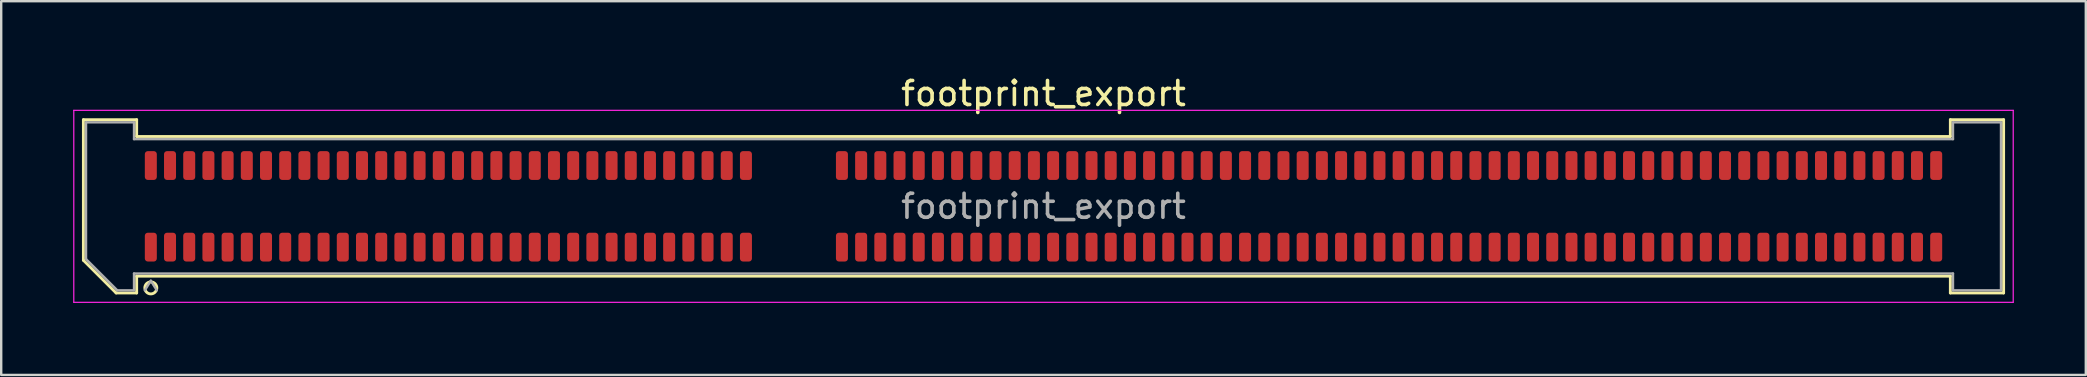
<source format=kicad_pcb>
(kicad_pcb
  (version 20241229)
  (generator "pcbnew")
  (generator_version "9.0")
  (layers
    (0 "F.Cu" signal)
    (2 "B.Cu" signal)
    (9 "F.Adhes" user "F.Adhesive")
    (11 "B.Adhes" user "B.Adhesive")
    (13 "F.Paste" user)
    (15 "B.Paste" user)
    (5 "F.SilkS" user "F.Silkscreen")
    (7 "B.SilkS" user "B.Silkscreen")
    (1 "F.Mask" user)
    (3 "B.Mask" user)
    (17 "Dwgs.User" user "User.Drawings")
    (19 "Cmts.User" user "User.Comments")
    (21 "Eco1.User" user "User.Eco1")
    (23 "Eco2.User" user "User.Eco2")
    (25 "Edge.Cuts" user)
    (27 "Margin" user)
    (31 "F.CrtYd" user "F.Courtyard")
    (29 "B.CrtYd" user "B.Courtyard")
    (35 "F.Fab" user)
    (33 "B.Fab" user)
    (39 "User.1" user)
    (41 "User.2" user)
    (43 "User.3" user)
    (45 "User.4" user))
  (footprint "footprint_export"
    (layer "F.Cu")
    (at 40.435 5.548)
    (property "Reference" "footprint_export" (at 0 -4.7 0) (layer "F.SilkS") (effects (font (size 1 1) (thickness 0.15))))
    (attr smd)
    (fp_line (start -40.01 -3.61) (end -37.79 -3.61) (stroke (width 0.12) (type solid)) (layer "F.SilkS"))
    (fp_line (start -40.01 2.246) (end -40.01 -3.61) (stroke (width 0.12) (type solid)) (layer "F.SilkS"))
    (fp_line (start -38.646 3.61) (end -40.01 2.246) (stroke (width 0.12) (type solid)) (layer "F.SilkS"))
    (fp_line (start -37.79 -3.61) (end -37.79 -2.91) (stroke (width 0.12) (type solid)) (layer "F.SilkS"))
    (fp_line (start -37.79 -2.91) (end 37.79 -2.91) (stroke (width 0.12) (type solid)) (layer "F.SilkS"))
    (fp_line (start -37.79 2.91) (end -37.79 3.61) (stroke (width 0.12) (type solid)) (layer "F.SilkS"))
    (fp_line (start -37.79 3.61) (end -38.646 3.61) (stroke (width 0.12) (type solid)) (layer "F.SilkS"))
    (fp_line (start 37.79 -3.61) (end 40.01 -3.61) (stroke (width 0.12) (type solid)) (layer "F.SilkS"))
    (fp_line (start 37.79 -2.91) (end 37.79 -3.61) (stroke (width 0.12) (type solid)) (layer "F.SilkS"))
    (fp_line (start 37.79 2.91) (end -37.79 2.91) (stroke (width 0.12) (type solid)) (layer "F.SilkS"))
    (fp_line (start 37.79 3.61) (end 37.79 2.91) (stroke (width 0.12) (type solid)) (layer "F.SilkS"))
    (fp_line (start 40.01 -3.61) (end 40.01 3.61) (stroke (width 0.12) (type solid)) (layer "F.SilkS"))
    (fp_line (start 40.01 3.61) (end 37.79 3.61) (stroke (width 0.12) (type solid)) (layer "F.SilkS"))
    (fp_arc (start -36.95 3.4) (mid -37.45 3.4) (end -36.95 3.4) (stroke (width 0.12) (type solid)) (layer "F.SilkS"))
    (fp_line (start -40.41 -4) (end -40.41 4) (stroke (width 0.05) (type solid)) (layer "F.CrtYd"))
    (fp_line (start -40.41 4) (end 40.41 4) (stroke (width 0.05) (type solid)) (layer "F.CrtYd"))
    (fp_line (start 40.41 -4) (end -40.41 -4) (stroke (width 0.05) (type solid)) (layer "F.CrtYd"))
    (fp_line (start 40.41 4) (end 40.41 -4) (stroke (width 0.05) (type solid)) (layer "F.CrtYd"))
    (fp_line (start -39.9 -3.5) (end -37.9 -3.5) (stroke (width 0.1) (type solid)) (layer "F.Fab"))
    (fp_line (start -39.9 2.2) (end -39.9 -3.5) (stroke (width 0.1) (type solid)) (layer "F.Fab"))
    (fp_line (start -38.6 3.5) (end -39.9 2.2) (stroke (width 0.1) (type solid)) (layer "F.Fab"))
    (fp_line (start -37.9 -3.5) (end -37.9 -2.8) (stroke (width 0.1) (type solid)) (layer "F.Fab"))
    (fp_line (start -37.9 -2.8) (end 37.9 -2.8) (stroke (width 0.1) (type solid)) (layer "F.Fab"))
    (fp_line (start -37.9 2.8) (end -37.9 3.5) (stroke (width 0.1) (type solid)) (layer "F.Fab"))
    (fp_line (start -37.9 3.5) (end -38.6 3.5) (stroke (width 0.1) (type solid)) (layer "F.Fab"))
    (fp_line (start -37.2 3.1) (end -37.45 3.5) (stroke (width 0.1) (type solid)) (layer "F.Fab"))
    (fp_line (start -37.2 3.1) (end -36.95 3.5) (stroke (width 0.1) (type solid)) (layer "F.Fab"))
    (fp_line (start 37.9 -3.5) (end 39.9 -3.5) (stroke (width 0.1) (type solid)) (layer "F.Fab"))
    (fp_line (start 37.9 -2.8) (end 37.9 -3.5) (stroke (width 0.1) (type solid)) (layer "F.Fab"))
    (fp_line (start 37.9 2.8) (end -37.9 2.8) (stroke (width 0.1) (type solid)) (layer "F.Fab"))
    (fp_line (start 37.9 3.5) (end 37.9 2.8) (stroke (width 0.1) (type solid)) (layer "F.Fab"))
    (fp_line (start 39.9 -3.5) (end 39.9 3.5) (stroke (width 0.1) (type solid)) (layer "F.Fab"))
    (fp_line (start 39.9 3.5) (end 37.9 3.5) (stroke (width 0.1) (type solid)) (layer "F.Fab"))
    (fp_text user "${REFERENCE}" (at 0 0 0) (layer "F.Fab") (effects (font (size 1 1) (thickness 0.15))))
    (pad "1" smd roundrect (at -37.2 1.7) (size 0.5 1.2) (layers "F.Cu" "F.Mask" "F.Paste") (roundrect_rratio 0.25))
    (pad "2" smd roundrect (at -37.2 -1.7) (size 0.5 1.2) (layers "F.Cu" "F.Mask" "F.Paste") (roundrect_rratio 0.25))
    (pad "3" smd roundrect (at -36.4 1.7) (size 0.5 1.2) (layers "F.Cu" "F.Mask" "F.Paste") (roundrect_rratio 0.25))
    (pad "4" smd roundrect (at -36.4 -1.7) (size 0.5 1.2) (layers "F.Cu" "F.Mask" "F.Paste") (roundrect_rratio 0.25))
    (pad "5" smd roundrect (at -35.6 1.7) (size 0.5 1.2) (layers "F.Cu" "F.Mask" "F.Paste") (roundrect_rratio 0.25))
    (pad "6" smd roundrect (at -35.6 -1.7) (size 0.5 1.2) (layers "F.Cu" "F.Mask" "F.Paste") (roundrect_rratio 0.25))
    (pad "7" smd roundrect (at -34.8 1.7) (size 0.5 1.2) (layers "F.Cu" "F.Mask" "F.Paste") (roundrect_rratio 0.25))
    (pad "8" smd roundrect (at -34.8 -1.7) (size 0.5 1.2) (layers "F.Cu" "F.Mask" "F.Paste") (roundrect_rratio 0.25))
    (pad "9" smd roundrect (at -34 1.7) (size 0.5 1.2) (layers "F.Cu" "F.Mask" "F.Paste") (roundrect_rratio 0.25))
    (pad "10" smd roundrect (at -34 -1.7) (size 0.5 1.2) (layers "F.Cu" "F.Mask" "F.Paste") (roundrect_rratio 0.25))
    (pad "11" smd roundrect (at -33.2 1.7) (size 0.5 1.2) (layers "F.Cu" "F.Mask" "F.Paste") (roundrect_rratio 0.25))
    (pad "12" smd roundrect (at -33.2 -1.7) (size 0.5 1.2) (layers "F.Cu" "F.Mask" "F.Paste") (roundrect_rratio 0.25))
    (pad "13" smd roundrect (at -32.4 1.7) (size 0.5 1.2) (layers "F.Cu" "F.Mask" "F.Paste") (roundrect_rratio 0.25))
    (pad "14" smd roundrect (at -32.4 -1.7) (size 0.5 1.2) (layers "F.Cu" "F.Mask" "F.Paste") (roundrect_rratio 0.25))
    (pad "15" smd roundrect (at -31.6 1.7) (size 0.5 1.2) (layers "F.Cu" "F.Mask" "F.Paste") (roundrect_rratio 0.25))
    (pad "16" smd roundrect (at -31.6 -1.7) (size 0.5 1.2) (layers "F.Cu" "F.Mask" "F.Paste") (roundrect_rratio 0.25))
    (pad "17" smd roundrect (at -30.8 1.7) (size 0.5 1.2) (layers "F.Cu" "F.Mask" "F.Paste") (roundrect_rratio 0.25))
    (pad "18" smd roundrect (at -30.8 -1.7) (size 0.5 1.2) (layers "F.Cu" "F.Mask" "F.Paste") (roundrect_rratio 0.25))
    (pad "19" smd roundrect (at -30 1.7) (size 0.5 1.2) (layers "F.Cu" "F.Mask" "F.Paste") (roundrect_rratio 0.25))
    (pad "20" smd roundrect (at -30 -1.7) (size 0.5 1.2) (layers "F.Cu" "F.Mask" "F.Paste") (roundrect_rratio 0.25))
    (pad "21" smd roundrect (at -29.2 1.7) (size 0.5 1.2) (layers "F.Cu" "F.Mask" "F.Paste") (roundrect_rratio 0.25))
    (pad "22" smd roundrect (at -29.2 -1.7) (size 0.5 1.2) (layers "F.Cu" "F.Mask" "F.Paste") (roundrect_rratio 0.25))
    (pad "23" smd roundrect (at -28.4 1.7) (size 0.5 1.2) (layers "F.Cu" "F.Mask" "F.Paste") (roundrect_rratio 0.25))
    (pad "24" smd roundrect (at -28.4 -1.7) (size 0.5 1.2) (layers "F.Cu" "F.Mask" "F.Paste") (roundrect_rratio 0.25))
    (pad "25" smd roundrect (at -27.6 1.7) (size 0.5 1.2) (layers "F.Cu" "F.Mask" "F.Paste") (roundrect_rratio 0.25))
    (pad "26" smd roundrect (at -27.6 -1.7) (size 0.5 1.2) (layers "F.Cu" "F.Mask" "F.Paste") (roundrect_rratio 0.25))
    (pad "27" smd roundrect (at -26.8 1.7) (size 0.5 1.2) (layers "F.Cu" "F.Mask" "F.Paste") (roundrect_rratio 0.25))
    (pad "28" smd roundrect (at -26.8 -1.7) (size 0.5 1.2) (layers "F.Cu" "F.Mask" "F.Paste") (roundrect_rratio 0.25))
    (pad "29" smd roundrect (at -26 1.7) (size 0.5 1.2) (layers "F.Cu" "F.Mask" "F.Paste") (roundrect_rratio 0.25))
    (pad "30" smd roundrect (at -26 -1.7) (size 0.5 1.2) (layers "F.Cu" "F.Mask" "F.Paste") (roundrect_rratio 0.25))
    (pad "31" smd roundrect (at -25.2 1.7) (size 0.5 1.2) (layers "F.Cu" "F.Mask" "F.Paste") (roundrect_rratio 0.25))
    (pad "32" smd roundrect (at -25.2 -1.7) (size 0.5 1.2) (layers "F.Cu" "F.Mask" "F.Paste") (roundrect_rratio 0.25))
    (pad "33" smd roundrect (at -24.4 1.7) (size 0.5 1.2) (layers "F.Cu" "F.Mask" "F.Paste") (roundrect_rratio 0.25))
    (pad "34" smd roundrect (at -24.4 -1.7) (size 0.5 1.2) (layers "F.Cu" "F.Mask" "F.Paste") (roundrect_rratio 0.25))
    (pad "35" smd roundrect (at -23.6 1.7) (size 0.5 1.2) (layers "F.Cu" "F.Mask" "F.Paste") (roundrect_rratio 0.25))
    (pad "36" smd roundrect (at -23.6 -1.7) (size 0.5 1.2) (layers "F.Cu" "F.Mask" "F.Paste") (roundrect_rratio 0.25))
    (pad "37" smd roundrect (at -22.8 1.7) (size 0.5 1.2) (layers "F.Cu" "F.Mask" "F.Paste") (roundrect_rratio 0.25))
    (pad "38" smd roundrect (at -22.8 -1.7) (size 0.5 1.2) (layers "F.Cu" "F.Mask" "F.Paste") (roundrect_rratio 0.25))
    (pad "39" smd roundrect (at -22 1.7) (size 0.5 1.2) (layers "F.Cu" "F.Mask" "F.Paste") (roundrect_rratio 0.25))
    (pad "40" smd roundrect (at -22 -1.7) (size 0.5 1.2) (layers "F.Cu" "F.Mask" "F.Paste") (roundrect_rratio 0.25))
    (pad "41" smd roundrect (at -21.2 1.7) (size 0.5 1.2) (layers "F.Cu" "F.Mask" "F.Paste") (roundrect_rratio 0.25))
    (pad "42" smd roundrect (at -21.2 -1.7) (size 0.5 1.2) (layers "F.Cu" "F.Mask" "F.Paste") (roundrect_rratio 0.25))
    (pad "43" smd roundrect (at -20.4 1.7) (size 0.5 1.2) (layers "F.Cu" "F.Mask" "F.Paste") (roundrect_rratio 0.25))
    (pad "44" smd roundrect (at -20.4 -1.7) (size 0.5 1.2) (layers "F.Cu" "F.Mask" "F.Paste") (roundrect_rratio 0.25))
    (pad "45" smd roundrect (at -19.6 1.7) (size 0.5 1.2) (layers "F.Cu" "F.Mask" "F.Paste") (roundrect_rratio 0.25))
    (pad "46" smd roundrect (at -19.6 -1.7) (size 0.5 1.2) (layers "F.Cu" "F.Mask" "F.Paste") (roundrect_rratio 0.25))
    (pad "47" smd roundrect (at -18.8 1.7) (size 0.5 1.2) (layers "F.Cu" "F.Mask" "F.Paste") (roundrect_rratio 0.25))
    (pad "48" smd roundrect (at -18.8 -1.7) (size 0.5 1.2) (layers "F.Cu" "F.Mask" "F.Paste") (roundrect_rratio 0.25))
    (pad "49" smd roundrect (at -18 1.7) (size 0.5 1.2) (layers "F.Cu" "F.Mask" "F.Paste") (roundrect_rratio 0.25))
    (pad "50" smd roundrect (at -18 -1.7) (size 0.5 1.2) (layers "F.Cu" "F.Mask" "F.Paste") (roundrect_rratio 0.25))
    (pad "51" smd roundrect (at -17.2 1.7) (size 0.5 1.2) (layers "F.Cu" "F.Mask" "F.Paste") (roundrect_rratio 0.25))
    (pad "52" smd roundrect (at -17.2 -1.7) (size 0.5 1.2) (layers "F.Cu" "F.Mask" "F.Paste") (roundrect_rratio 0.25))
    (pad "53" smd roundrect (at -16.4 1.7) (size 0.5 1.2) (layers "F.Cu" "F.Mask" "F.Paste") (roundrect_rratio 0.25))
    (pad "54" smd roundrect (at -16.4 -1.7) (size 0.5 1.2) (layers "F.Cu" "F.Mask" "F.Paste") (roundrect_rratio 0.25))
    (pad "55" smd roundrect (at -15.6 1.7) (size 0.5 1.2) (layers "F.Cu" "F.Mask" "F.Paste") (roundrect_rratio 0.25))
    (pad "56" smd roundrect (at -15.6 -1.7) (size 0.5 1.2) (layers "F.Cu" "F.Mask" "F.Paste") (roundrect_rratio 0.25))
    (pad "57" smd roundrect (at -14.8 1.7) (size 0.5 1.2) (layers "F.Cu" "F.Mask" "F.Paste") (roundrect_rratio 0.25))
    (pad "58" smd roundrect (at -14.8 -1.7) (size 0.5 1.2) (layers "F.Cu" "F.Mask" "F.Paste") (roundrect_rratio 0.25))
    (pad "59" smd roundrect (at -14 1.7) (size 0.5 1.2) (layers "F.Cu" "F.Mask" "F.Paste") (roundrect_rratio 0.25))
    (pad "60" smd roundrect (at -14 -1.7) (size 0.5 1.2) (layers "F.Cu" "F.Mask" "F.Paste") (roundrect_rratio 0.25))
    (pad "61" smd roundrect (at -13.2 1.7) (size 0.5 1.2) (layers "F.Cu" "F.Mask" "F.Paste") (roundrect_rratio 0.25))
    (pad "62" smd roundrect (at -13.2 -1.7) (size 0.5 1.2) (layers "F.Cu" "F.Mask" "F.Paste") (roundrect_rratio 0.25))
    (pad "63" smd roundrect (at -12.4 1.7) (size 0.5 1.2) (layers "F.Cu" "F.Mask" "F.Paste") (roundrect_rratio 0.25))
    (pad "64" smd roundrect (at -12.4 -1.7) (size 0.5 1.2) (layers "F.Cu" "F.Mask" "F.Paste") (roundrect_rratio 0.25))
    (pad "65" smd roundrect (at -8.4 1.7) (size 0.5 1.2) (layers "F.Cu" "F.Mask" "F.Paste") (roundrect_rratio 0.25))
    (pad "66" smd roundrect (at -8.4 -1.7) (size 0.5 1.2) (layers "F.Cu" "F.Mask" "F.Paste") (roundrect_rratio 0.25))
    (pad "67" smd roundrect (at -7.6 1.7) (size 0.5 1.2) (layers "F.Cu" "F.Mask" "F.Paste") (roundrect_rratio 0.25))
    (pad "68" smd roundrect (at -7.6 -1.7) (size 0.5 1.2) (layers "F.Cu" "F.Mask" "F.Paste") (roundrect_rratio 0.25))
    (pad "69" smd roundrect (at -6.8 1.7) (size 0.5 1.2) (layers "F.Cu" "F.Mask" "F.Paste") (roundrect_rratio 0.25))
    (pad "70" smd roundrect (at -6.8 -1.7) (size 0.5 1.2) (layers "F.Cu" "F.Mask" "F.Paste") (roundrect_rratio 0.25))
    (pad "71" smd roundrect (at -6 1.7) (size 0.5 1.2) (layers "F.Cu" "F.Mask" "F.Paste") (roundrect_rratio 0.25))
    (pad "72" smd roundrect (at -6 -1.7) (size 0.5 1.2) (layers "F.Cu" "F.Mask" "F.Paste") (roundrect_rratio 0.25))
    (pad "73" smd roundrect (at -5.2 1.7) (size 0.5 1.2) (layers "F.Cu" "F.Mask" "F.Paste") (roundrect_rratio 0.25))
    (pad "74" smd roundrect (at -5.2 -1.7) (size 0.5 1.2) (layers "F.Cu" "F.Mask" "F.Paste") (roundrect_rratio 0.25))
    (pad "75" smd roundrect (at -4.4 1.7) (size 0.5 1.2) (layers "F.Cu" "F.Mask" "F.Paste") (roundrect_rratio 0.25))
    (pad "76" smd roundrect (at -4.4 -1.7) (size 0.5 1.2) (layers "F.Cu" "F.Mask" "F.Paste") (roundrect_rratio 0.25))
    (pad "77" smd roundrect (at -3.6 1.7) (size 0.5 1.2) (layers "F.Cu" "F.Mask" "F.Paste") (roundrect_rratio 0.25))
    (pad "78" smd roundrect (at -3.6 -1.7) (size 0.5 1.2) (layers "F.Cu" "F.Mask" "F.Paste") (roundrect_rratio 0.25))
    (pad "79" smd roundrect (at -2.8 1.7) (size 0.5 1.2) (layers "F.Cu" "F.Mask" "F.Paste") (roundrect_rratio 0.25))
    (pad "80" smd roundrect (at -2.8 -1.7) (size 0.5 1.2) (layers "F.Cu" "F.Mask" "F.Paste") (roundrect_rratio 0.25))
    (pad "81" smd roundrect (at -2 1.7) (size 0.5 1.2) (layers "F.Cu" "F.Mask" "F.Paste") (roundrect_rratio 0.25))
    (pad "82" smd roundrect (at -2 -1.7) (size 0.5 1.2) (layers "F.Cu" "F.Mask" "F.Paste") (roundrect_rratio 0.25))
    (pad "83" smd roundrect (at -1.2 1.7) (size 0.5 1.2) (layers "F.Cu" "F.Mask" "F.Paste") (roundrect_rratio 0.25))
    (pad "84" smd roundrect (at -1.2 -1.7) (size 0.5 1.2) (layers "F.Cu" "F.Mask" "F.Paste") (roundrect_rratio 0.25))
    (pad "85" smd roundrect (at -0.4 1.7) (size 0.5 1.2) (layers "F.Cu" "F.Mask" "F.Paste") (roundrect_rratio 0.25))
    (pad "86" smd roundrect (at -0.4 -1.7) (size 0.5 1.2) (layers "F.Cu" "F.Mask" "F.Paste") (roundrect_rratio 0.25))
    (pad "87" smd roundrect (at 0.4 1.7) (size 0.5 1.2) (layers "F.Cu" "F.Mask" "F.Paste") (roundrect_rratio 0.25))
    (pad "88" smd roundrect (at 0.4 -1.7) (size 0.5 1.2) (layers "F.Cu" "F.Mask" "F.Paste") (roundrect_rratio 0.25))
    (pad "89" smd roundrect (at 1.2 1.7) (size 0.5 1.2) (layers "F.Cu" "F.Mask" "F.Paste") (roundrect_rratio 0.25))
    (pad "90" smd roundrect (at 1.2 -1.7) (size 0.5 1.2) (layers "F.Cu" "F.Mask" "F.Paste") (roundrect_rratio 0.25))
    (pad "91" smd roundrect (at 2 1.7) (size 0.5 1.2) (layers "F.Cu" "F.Mask" "F.Paste") (roundrect_rratio 0.25))
    (pad "92" smd roundrect (at 2 -1.7) (size 0.5 1.2) (layers "F.Cu" "F.Mask" "F.Paste") (roundrect_rratio 0.25))
    (pad "93" smd roundrect (at 2.8 1.7) (size 0.5 1.2) (layers "F.Cu" "F.Mask" "F.Paste") (roundrect_rratio 0.25))
    (pad "94" smd roundrect (at 2.8 -1.7) (size 0.5 1.2) (layers "F.Cu" "F.Mask" "F.Paste") (roundrect_rratio 0.25))
    (pad "95" smd roundrect (at 3.6 1.7) (size 0.5 1.2) (layers "F.Cu" "F.Mask" "F.Paste") (roundrect_rratio 0.25))
    (pad "96" smd roundrect (at 3.6 -1.7) (size 0.5 1.2) (layers "F.Cu" "F.Mask" "F.Paste") (roundrect_rratio 0.25))
    (pad "97" smd roundrect (at 4.4 1.7) (size 0.5 1.2) (layers "F.Cu" "F.Mask" "F.Paste") (roundrect_rratio 0.25))
    (pad "98" smd roundrect (at 4.4 -1.7) (size 0.5 1.2) (layers "F.Cu" "F.Mask" "F.Paste") (roundrect_rratio 0.25))
    (pad "99" smd roundrect (at 5.2 1.7) (size 0.5 1.2) (layers "F.Cu" "F.Mask" "F.Paste") (roundrect_rratio 0.25))
    (pad "100" smd roundrect (at 5.2 -1.7) (size 0.5 1.2) (layers "F.Cu" "F.Mask" "F.Paste") (roundrect_rratio 0.25))
    (pad "101" smd roundrect (at 6 1.7) (size 0.5 1.2) (layers "F.Cu" "F.Mask" "F.Paste") (roundrect_rratio 0.25))
    (pad "102" smd roundrect (at 6 -1.7) (size 0.5 1.2) (layers "F.Cu" "F.Mask" "F.Paste") (roundrect_rratio 0.25))
    (pad "103" smd roundrect (at 6.8 1.7) (size 0.5 1.2) (layers "F.Cu" "F.Mask" "F.Paste") (roundrect_rratio 0.25))
    (pad "104" smd roundrect (at 6.8 -1.7) (size 0.5 1.2) (layers "F.Cu" "F.Mask" "F.Paste") (roundrect_rratio 0.25))
    (pad "105" smd roundrect (at 7.6 1.7) (size 0.5 1.2) (layers "F.Cu" "F.Mask" "F.Paste") (roundrect_rratio 0.25))
    (pad "106" smd roundrect (at 7.6 -1.7) (size 0.5 1.2) (layers "F.Cu" "F.Mask" "F.Paste") (roundrect_rratio 0.25))
    (pad "107" smd roundrect (at 8.4 1.7) (size 0.5 1.2) (layers "F.Cu" "F.Mask" "F.Paste") (roundrect_rratio 0.25))
    (pad "108" smd roundrect (at 8.4 -1.7) (size 0.5 1.2) (layers "F.Cu" "F.Mask" "F.Paste") (roundrect_rratio 0.25))
    (pad "109" smd roundrect (at 9.2 1.7) (size 0.5 1.2) (layers "F.Cu" "F.Mask" "F.Paste") (roundrect_rratio 0.25))
    (pad "110" smd roundrect (at 9.2 -1.7) (size 0.5 1.2) (layers "F.Cu" "F.Mask" "F.Paste") (roundrect_rratio 0.25))
    (pad "111" smd roundrect (at 10 1.7) (size 0.5 1.2) (layers "F.Cu" "F.Mask" "F.Paste") (roundrect_rratio 0.25))
    (pad "112" smd roundrect (at 10 -1.7) (size 0.5 1.2) (layers "F.Cu" "F.Mask" "F.Paste") (roundrect_rratio 0.25))
    (pad "113" smd roundrect (at 10.8 1.7) (size 0.5 1.2) (layers "F.Cu" "F.Mask" "F.Paste") (roundrect_rratio 0.25))
    (pad "114" smd roundrect (at 10.8 -1.7) (size 0.5 1.2) (layers "F.Cu" "F.Mask" "F.Paste") (roundrect_rratio 0.25))
    (pad "115" smd roundrect (at 11.6 1.7) (size 0.5 1.2) (layers "F.Cu" "F.Mask" "F.Paste") (roundrect_rratio 0.25))
    (pad "116" smd roundrect (at 11.6 -1.7) (size 0.5 1.2) (layers "F.Cu" "F.Mask" "F.Paste") (roundrect_rratio 0.25))
    (pad "117" smd roundrect (at 12.4 1.7) (size 0.5 1.2) (layers "F.Cu" "F.Mask" "F.Paste") (roundrect_rratio 0.25))
    (pad "118" smd roundrect (at 12.4 -1.7) (size 0.5 1.2) (layers "F.Cu" "F.Mask" "F.Paste") (roundrect_rratio 0.25))
    (pad "119" smd roundrect (at 13.2 1.7) (size 0.5 1.2) (layers "F.Cu" "F.Mask" "F.Paste") (roundrect_rratio 0.25))
    (pad "120" smd roundrect (at 13.2 -1.7) (size 0.5 1.2) (layers "F.Cu" "F.Mask" "F.Paste") (roundrect_rratio 0.25))
    (pad "121" smd roundrect (at 14 1.7) (size 0.5 1.2) (layers "F.Cu" "F.Mask" "F.Paste") (roundrect_rratio 0.25))
    (pad "122" smd roundrect (at 14 -1.7) (size 0.5 1.2) (layers "F.Cu" "F.Mask" "F.Paste") (roundrect_rratio 0.25))
    (pad "123" smd roundrect (at 14.8 1.7) (size 0.5 1.2) (layers "F.Cu" "F.Mask" "F.Paste") (roundrect_rratio 0.25))
    (pad "124" smd roundrect (at 14.8 -1.7) (size 0.5 1.2) (layers "F.Cu" "F.Mask" "F.Paste") (roundrect_rratio 0.25))
    (pad "125" smd roundrect (at 15.6 1.7) (size 0.5 1.2) (layers "F.Cu" "F.Mask" "F.Paste") (roundrect_rratio 0.25))
    (pad "126" smd roundrect (at 15.6 -1.7) (size 0.5 1.2) (layers "F.Cu" "F.Mask" "F.Paste") (roundrect_rratio 0.25))
    (pad "127" smd roundrect (at 16.4 1.7) (size 0.5 1.2) (layers "F.Cu" "F.Mask" "F.Paste") (roundrect_rratio 0.25))
    (pad "128" smd roundrect (at 16.4 -1.7) (size 0.5 1.2) (layers "F.Cu" "F.Mask" "F.Paste") (roundrect_rratio 0.25))
    (pad "129" smd roundrect (at 17.2 1.7) (size 0.5 1.2) (layers "F.Cu" "F.Mask" "F.Paste") (roundrect_rratio 0.25))
    (pad "130" smd roundrect (at 17.2 -1.7) (size 0.5 1.2) (layers "F.Cu" "F.Mask" "F.Paste") (roundrect_rratio 0.25))
    (pad "131" smd roundrect (at 18 1.7) (size 0.5 1.2) (layers "F.Cu" "F.Mask" "F.Paste") (roundrect_rratio 0.25))
    (pad "132" smd roundrect (at 18 -1.7) (size 0.5 1.2) (layers "F.Cu" "F.Mask" "F.Paste") (roundrect_rratio 0.25))
    (pad "133" smd roundrect (at 18.8 1.7) (size 0.5 1.2) (layers "F.Cu" "F.Mask" "F.Paste") (roundrect_rratio 0.25))
    (pad "134" smd roundrect (at 18.8 -1.7) (size 0.5 1.2) (layers "F.Cu" "F.Mask" "F.Paste") (roundrect_rratio 0.25))
    (pad "135" smd roundrect (at 19.6 1.7) (size 0.5 1.2) (layers "F.Cu" "F.Mask" "F.Paste") (roundrect_rratio 0.25))
    (pad "136" smd roundrect (at 19.6 -1.7) (size 0.5 1.2) (layers "F.Cu" "F.Mask" "F.Paste") (roundrect_rratio 0.25))
    (pad "137" smd roundrect (at 20.4 1.7) (size 0.5 1.2) (layers "F.Cu" "F.Mask" "F.Paste") (roundrect_rratio 0.25))
    (pad "138" smd roundrect (at 20.4 -1.7) (size 0.5 1.2) (layers "F.Cu" "F.Mask" "F.Paste") (roundrect_rratio 0.25))
    (pad "139" smd roundrect (at 21.2 1.7) (size 0.5 1.2) (layers "F.Cu" "F.Mask" "F.Paste") (roundrect_rratio 0.25))
    (pad "140" smd roundrect (at 21.2 -1.7) (size 0.5 1.2) (layers "F.Cu" "F.Mask" "F.Paste") (roundrect_rratio 0.25))
    (pad "141" smd roundrect (at 22 1.7) (size 0.5 1.2) (layers "F.Cu" "F.Mask" "F.Paste") (roundrect_rratio 0.25))
    (pad "142" smd roundrect (at 22 -1.7) (size 0.5 1.2) (layers "F.Cu" "F.Mask" "F.Paste") (roundrect_rratio 0.25))
    (pad "143" smd roundrect (at 22.8 1.7) (size 0.5 1.2) (layers "F.Cu" "F.Mask" "F.Paste") (roundrect_rratio 0.25))
    (pad "144" smd roundrect (at 22.8 -1.7) (size 0.5 1.2) (layers "F.Cu" "F.Mask" "F.Paste") (roundrect_rratio 0.25))
    (pad "145" smd roundrect (at 23.6 1.7) (size 0.5 1.2) (layers "F.Cu" "F.Mask" "F.Paste") (roundrect_rratio 0.25))
    (pad "146" smd roundrect (at 23.6 -1.7) (size 0.5 1.2) (layers "F.Cu" "F.Mask" "F.Paste") (roundrect_rratio 0.25))
    (pad "147" smd roundrect (at 24.4 1.7) (size 0.5 1.2) (layers "F.Cu" "F.Mask" "F.Paste") (roundrect_rratio 0.25))
    (pad "148" smd roundrect (at 24.4 -1.7) (size 0.5 1.2) (layers "F.Cu" "F.Mask" "F.Paste") (roundrect_rratio 0.25))
    (pad "149" smd roundrect (at 25.2 1.7) (size 0.5 1.2) (layers "F.Cu" "F.Mask" "F.Paste") (roundrect_rratio 0.25))
    (pad "150" smd roundrect (at 25.2 -1.7) (size 0.5 1.2) (layers "F.Cu" "F.Mask" "F.Paste") (roundrect_rratio 0.25))
    (pad "151" smd roundrect (at 26 1.7) (size 0.5 1.2) (layers "F.Cu" "F.Mask" "F.Paste") (roundrect_rratio 0.25))
    (pad "152" smd roundrect (at 26 -1.7) (size 0.5 1.2) (layers "F.Cu" "F.Mask" "F.Paste") (roundrect_rratio 0.25))
    (pad "153" smd roundrect (at 26.8 1.7) (size 0.5 1.2) (layers "F.Cu" "F.Mask" "F.Paste") (roundrect_rratio 0.25))
    (pad "154" smd roundrect (at 26.8 -1.7) (size 0.5 1.2) (layers "F.Cu" "F.Mask" "F.Paste") (roundrect_rratio 0.25))
    (pad "155" smd roundrect (at 27.6 1.7) (size 0.5 1.2) (layers "F.Cu" "F.Mask" "F.Paste") (roundrect_rratio 0.25))
    (pad "156" smd roundrect (at 27.6 -1.7) (size 0.5 1.2) (layers "F.Cu" "F.Mask" "F.Paste") (roundrect_rratio 0.25))
    (pad "157" smd roundrect (at 28.4 1.7) (size 0.5 1.2) (layers "F.Cu" "F.Mask" "F.Paste") (roundrect_rratio 0.25))
    (pad "158" smd roundrect (at 28.4 -1.7) (size 0.5 1.2) (layers "F.Cu" "F.Mask" "F.Paste") (roundrect_rratio 0.25))
    (pad "159" smd roundrect (at 29.2 1.7) (size 0.5 1.2) (layers "F.Cu" "F.Mask" "F.Paste") (roundrect_rratio 0.25))
    (pad "160" smd roundrect (at 29.2 -1.7) (size 0.5 1.2) (layers "F.Cu" "F.Mask" "F.Paste") (roundrect_rratio 0.25))
    (pad "161" smd roundrect (at 30 1.7) (size 0.5 1.2) (layers "F.Cu" "F.Mask" "F.Paste") (roundrect_rratio 0.25))
    (pad "162" smd roundrect (at 30 -1.7) (size 0.5 1.2) (layers "F.Cu" "F.Mask" "F.Paste") (roundrect_rratio 0.25))
    (pad "163" smd roundrect (at 30.8 1.7) (size 0.5 1.2) (layers "F.Cu" "F.Mask" "F.Paste") (roundrect_rratio 0.25))
    (pad "164" smd roundrect (at 30.8 -1.7) (size 0.5 1.2) (layers "F.Cu" "F.Mask" "F.Paste") (roundrect_rratio 0.25))
    (pad "165" smd roundrect (at 31.6 1.7) (size 0.5 1.2) (layers "F.Cu" "F.Mask" "F.Paste") (roundrect_rratio 0.25))
    (pad "166" smd roundrect (at 31.6 -1.7) (size 0.5 1.2) (layers "F.Cu" "F.Mask" "F.Paste") (roundrect_rratio 0.25))
    (pad "167" smd roundrect (at 32.4 1.7) (size 0.5 1.2) (layers "F.Cu" "F.Mask" "F.Paste") (roundrect_rratio 0.25))
    (pad "168" smd roundrect (at 32.4 -1.7) (size 0.5 1.2) (layers "F.Cu" "F.Mask" "F.Paste") (roundrect_rratio 0.25))
    (pad "169" smd roundrect (at 33.2 1.7) (size 0.5 1.2) (layers "F.Cu" "F.Mask" "F.Paste") (roundrect_rratio 0.25))
    (pad "170" smd roundrect (at 33.2 -1.7) (size 0.5 1.2) (layers "F.Cu" "F.Mask" "F.Paste") (roundrect_rratio 0.25))
    (pad "171" smd roundrect (at 34 1.7) (size 0.5 1.2) (layers "F.Cu" "F.Mask" "F.Paste") (roundrect_rratio 0.25))
    (pad "172" smd roundrect (at 34 -1.7) (size 0.5 1.2) (layers "F.Cu" "F.Mask" "F.Paste") (roundrect_rratio 0.25))
    (pad "173" smd roundrect (at 34.8 1.7) (size 0.5 1.2) (layers "F.Cu" "F.Mask" "F.Paste") (roundrect_rratio 0.25))
    (pad "174" smd roundrect (at 34.8 -1.7) (size 0.5 1.2) (layers "F.Cu" "F.Mask" "F.Paste") (roundrect_rratio 0.25))
    (pad "175" smd roundrect (at 35.6 1.7) (size 0.5 1.2) (layers "F.Cu" "F.Mask" "F.Paste") (roundrect_rratio 0.25))
    (pad "176" smd roundrect (at 35.6 -1.7) (size 0.5 1.2) (layers "F.Cu" "F.Mask" "F.Paste") (roundrect_rratio 0.25))
    (pad "177" smd roundrect (at 36.4 1.7) (size 0.5 1.2) (layers "F.Cu" "F.Mask" "F.Paste") (roundrect_rratio 0.25))
    (pad "178" smd roundrect (at 36.4 -1.7) (size 0.5 1.2) (layers "F.Cu" "F.Mask" "F.Paste") (roundrect_rratio 0.25))
    (pad "179" smd roundrect (at 37.2 1.7) (size 0.5 1.2) (layers "F.Cu" "F.Mask" "F.Paste") (roundrect_rratio 0.25))
    (pad "180" smd roundrect (at 37.2 -1.7) (size 0.5 1.2) (layers "F.Cu" "F.Mask" "F.Paste") (roundrect_rratio 0.25)))
  (gr_rect
    (start -3 -3)
    (end 83.87 12.573)
    (stroke (width 0.1) (type default))
    (fill no)
    (layer "Edge.Cuts")))
</source>
